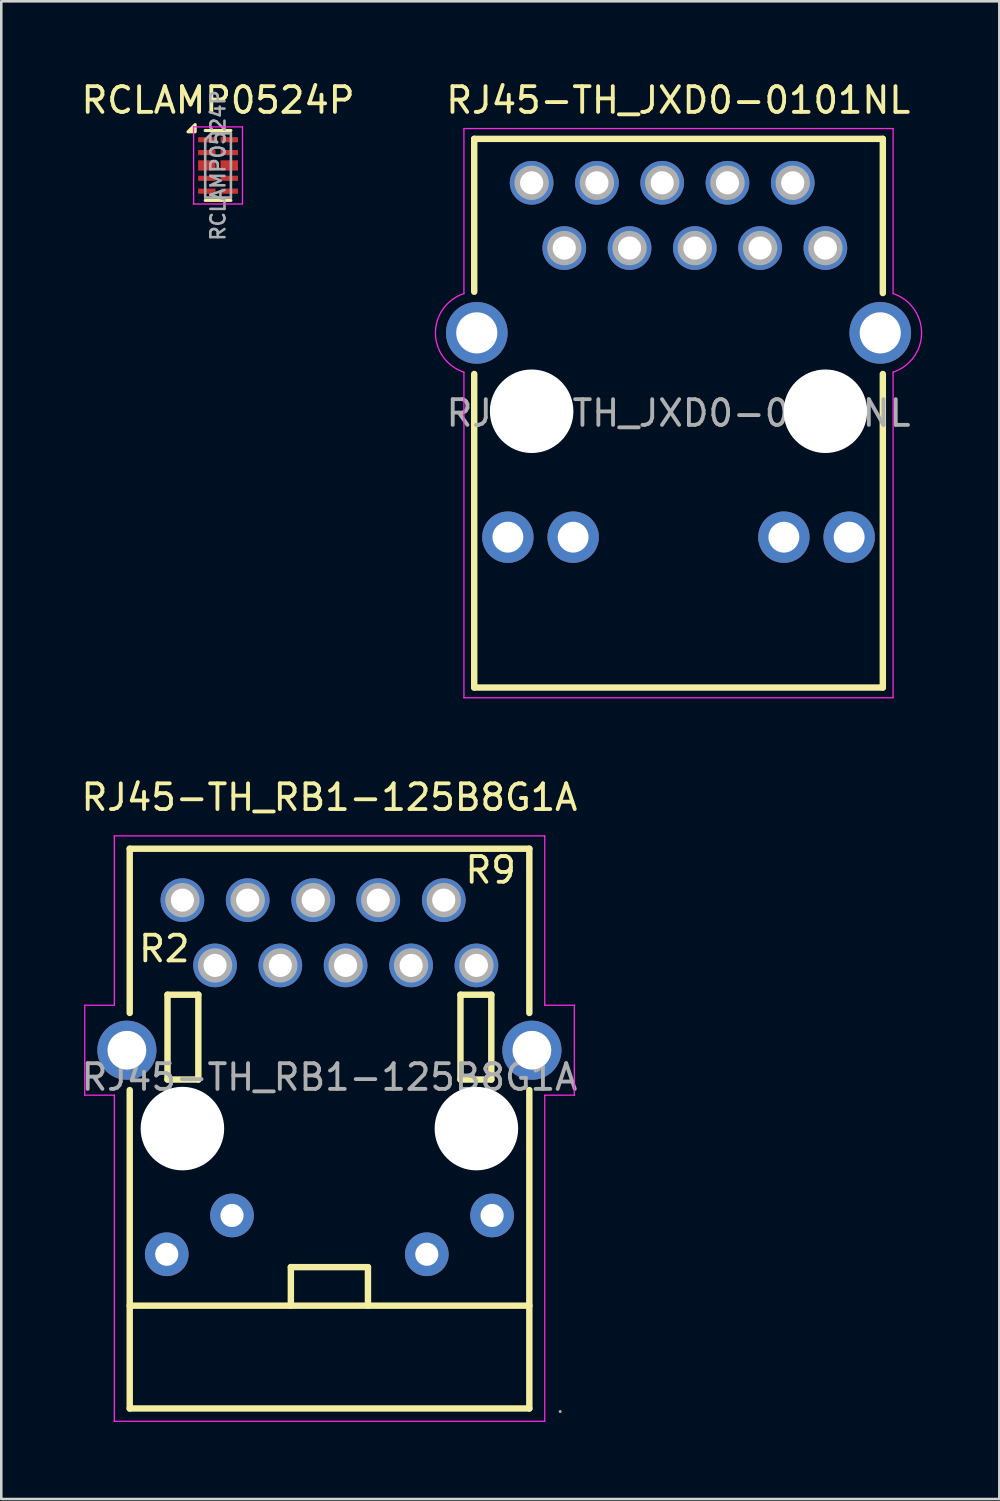
<source format=kicad_pcb>
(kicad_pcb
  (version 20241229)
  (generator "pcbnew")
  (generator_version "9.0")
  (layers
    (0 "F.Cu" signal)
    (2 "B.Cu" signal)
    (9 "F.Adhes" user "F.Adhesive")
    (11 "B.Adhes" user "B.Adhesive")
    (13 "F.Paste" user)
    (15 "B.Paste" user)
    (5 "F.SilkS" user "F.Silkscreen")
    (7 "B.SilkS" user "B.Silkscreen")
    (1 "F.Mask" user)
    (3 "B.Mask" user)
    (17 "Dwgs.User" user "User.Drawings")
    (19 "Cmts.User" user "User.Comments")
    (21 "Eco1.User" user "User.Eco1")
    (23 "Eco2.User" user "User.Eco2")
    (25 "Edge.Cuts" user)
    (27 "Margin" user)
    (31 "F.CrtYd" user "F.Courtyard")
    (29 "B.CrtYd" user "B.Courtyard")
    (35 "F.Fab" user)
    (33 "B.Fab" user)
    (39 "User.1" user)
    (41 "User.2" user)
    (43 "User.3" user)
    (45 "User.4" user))
  (footprint "RCLAMP0524P"
    (layer "F.Cu")
    (at 5.435 3.388)
    (property "Reference" "RCLAMP0524P" (at 0 -2.54 0) (layer "F.SilkS") (effects (font (size 1 1) (thickness 0.15))))
    (attr smd)
    (fp_line (start 0.5 -1.36) (end -0.5 -1.36) (stroke (width 0.12) (type solid)) (layer "F.SilkS"))
    (fp_line (start 0.5 1.36) (end -0.5 1.36) (stroke (width 0.12) (type solid)) (layer "F.SilkS"))
    (fp_poly (pts (xy -0.89 -1.31) (xy -1.17 -1.31) (xy -0.89 -1.59) (xy -0.89 -1.31)) (stroke (width 0.12) (type solid)) (fill yes) (layer "F.SilkS"))
    (fp_line (start -0.95 -1.5) (end 0.95 -1.5) (stroke (width 0.05) (type solid)) (layer "F.CrtYd"))
    (fp_line (start -0.95 1.5) (end -0.95 -1.5) (stroke (width 0.05) (type solid)) (layer "F.CrtYd"))
    (fp_line (start 0.95 -1.5) (end 0.95 1.5) (stroke (width 0.05) (type solid)) (layer "F.CrtYd"))
    (fp_line (start 0.95 1.5) (end -0.95 1.5) (stroke (width 0.05) (type solid)) (layer "F.CrtYd"))
    (fp_line (start -0.5 -1) (end -0.5 1.25) (stroke (width 0.1) (type solid)) (layer "F.Fab"))
    (fp_line (start -0.5 1.25) (end 0.5 1.25) (stroke (width 0.1) (type solid)) (layer "F.Fab"))
    (fp_line (start -0.25 -1.25) (end -0.5 -1) (stroke (width 0.1) (type solid)) (layer "F.Fab"))
    (fp_line (start 0.5 -1.25) (end -0.25 -1.25) (stroke (width 0.1) (type solid)) (layer "F.Fab"))
    (fp_line (start 0.5 -1.25) (end 0.5 1.25) (stroke (width 0.1) (type solid)) (layer "F.Fab"))
    (fp_text user "${REFERENCE}" (at 0 0 90) (layer "F.Fab") (effects (font (size 0.55 0.55) (thickness 0.1))))
    (pad "1" smd rect (at -0.438 -1 270) (size 0.2 0.675) (layers "F.Cu" "F.Mask" "F.Paste"))
    (pad "2" smd rect (at -0.438 -0.5 270) (size 0.2 0.675) (layers "F.Cu" "F.Mask" "F.Paste"))
    (pad "3" smd rect (at -0.438 0 270) (size 0.4 0.675) (layers "F.Cu" "F.Mask" "F.Paste"))
    (pad "4" smd rect (at -0.438 0.5 270) (size 0.2 0.675) (layers "F.Cu" "F.Mask" "F.Paste"))
    (pad "5" smd rect (at -0.438 1 270) (size 0.2 0.675) (layers "F.Cu" "F.Mask" "F.Paste"))
    (pad "6" smd rect (at 0.438 1 270) (size 0.2 0.675) (layers "F.Cu" "F.Mask" "F.Paste"))
    (pad "7" smd rect (at 0.438 0.5 270) (size 0.2 0.675) (layers "F.Cu" "F.Mask" "F.Paste"))
    (pad "8" smd rect (at 0.438 0 270) (size 0.4 0.675) (layers "F.Cu" "F.Mask" "F.Paste"))
    (pad "9" smd rect (at 0.438 -0.5 270) (size 0.2 0.675) (layers "F.Cu" "F.Mask" "F.Paste"))
    (pad "10" smd rect (at 0.438 -1 270) (size 0.2 0.675) (layers "F.Cu" "F.Mask" "F.Paste")))
  (footprint "RJ45-TH_RB1-125B8G1A"
    (layer "F.Cu")
    (at 9.768 38.867)
    (property "Reference" "RJ45-TH_RB1-125B8G1A" (at 0 -10.89 0) (layer "F.SilkS") (effects (font (size 1 1) (thickness 0.15))))
    (attr through_hole)
    (fp_line (start -7.77 -8.89) (end -7.77 -2.5) (stroke (width 0.25) (type solid)) (layer "F.SilkS"))
    (fp_line (start -7.77 0.5) (end -7.77 12.89) (stroke (width 0.25) (type solid)) (layer "F.SilkS"))
    (fp_line (start -7.77 8.89) (end 7.78 8.89) (stroke (width 0.25) (type solid)) (layer "F.SilkS"))
    (fp_line (start -7.77 12.89) (end 7.78 12.89) (stroke (width 0.25) (type solid)) (layer "F.SilkS"))
    (fp_line (start -6.3 -3.21) (end -5.1 -3.21) (stroke (width 0.25) (type solid)) (layer "F.SilkS"))
    (fp_line (start -6.3 0.09) (end -6.3 -3.21) (stroke (width 0.25) (type solid)) (layer "F.SilkS"))
    (fp_line (start -6.3 0.09) (end -5.1 0.09) (stroke (width 0.25) (type solid)) (layer "F.SilkS"))
    (fp_line (start -5.1 -3.21) (end -5.1 0.09) (stroke (width 0.25) (type solid)) (layer "F.SilkS"))
    (fp_line (start -1.5 7.39) (end 1.5 7.39) (stroke (width 0.25) (type solid)) (layer "F.SilkS"))
    (fp_line (start -1.5 8.89) (end -1.5 7.39) (stroke (width 0.25) (type solid)) (layer "F.SilkS"))
    (fp_line (start 1.5 7.39) (end 1.5 8.89) (stroke (width 0.25) (type solid)) (layer "F.SilkS"))
    (fp_line (start 5.1 -3.21) (end 6.3 -3.21) (stroke (width 0.25) (type solid)) (layer "F.SilkS"))
    (fp_line (start 5.1 0.09) (end 5.1 -3.21) (stroke (width 0.25) (type solid)) (layer "F.SilkS"))
    (fp_line (start 5.1 0.09) (end 6.3 0.09) (stroke (width 0.25) (type solid)) (layer "F.SilkS"))
    (fp_line (start 6.3 -3.21) (end 6.3 0.09) (stroke (width 0.25) (type solid)) (layer "F.SilkS"))
    (fp_line (start 7.78 -8.89) (end -7.77 -8.89) (stroke (width 0.25) (type solid)) (layer "F.SilkS"))
    (fp_line (start 7.78 -2.5) (end 7.78 -8.89) (stroke (width 0.25) (type solid)) (layer "F.SilkS"))
    (fp_line (start 7.78 12.89) (end 7.78 0.5) (stroke (width 0.25) (type solid)) (layer "F.SilkS"))
    (fp_line (start -9.52 -2.8) (end -9.52 0.7) (stroke (width 0.05) (type solid)) (layer "F.CrtYd"))
    (fp_line (start -9.52 0.7) (end -8.37 0.7) (stroke (width 0.05) (type solid)) (layer "F.CrtYd"))
    (fp_line (start -8.37 -9.39) (end 8.38 -9.39) (stroke (width 0.05) (type solid)) (layer "F.CrtYd"))
    (fp_line (start -8.37 -2.8) (end -9.52 -2.8) (stroke (width 0.05) (type solid)) (layer "F.CrtYd"))
    (fp_line (start -8.37 -2.8) (end -8.37 -9.39) (stroke (width 0.05) (type solid)) (layer "F.CrtYd"))
    (fp_line (start -8.37 0.7) (end -8.37 13.39) (stroke (width 0.05) (type solid)) (layer "F.CrtYd"))
    (fp_line (start 8.38 -9.39) (end 8.38 -2.8) (stroke (width 0.05) (type solid)) (layer "F.CrtYd"))
    (fp_line (start 8.38 -2.8) (end 9.53 -2.8) (stroke (width 0.05) (type solid)) (layer "F.CrtYd"))
    (fp_line (start 8.38 0.7) (end 8.38 13.39) (stroke (width 0.05) (type solid)) (layer "F.CrtYd"))
    (fp_line (start 8.38 13.39) (end -8.37 13.39) (stroke (width 0.05) (type solid)) (layer "F.CrtYd"))
    (fp_line (start 9.53 -2.8) (end 9.53 0.7) (stroke (width 0.05) (type solid)) (layer "F.CrtYd"))
    (fp_line (start 9.53 0.7) (end 8.38 0.7) (stroke (width 0.05) (type solid)) (layer "F.CrtYd"))
    (fp_circle (center -7.88 -1.05) (end -7.5 -1.05) (stroke (width 0.75) (type solid)) (fill no) (layer "F.Fab"))
    (fp_circle (center -6.33 6.89) (end -6.15 6.89) (stroke (width 0.36) (type solid)) (fill no) (layer "F.Fab"))
    (fp_circle (center -5.72 -6.89) (end -5.5 -6.89) (stroke (width 0.45) (type solid)) (fill no) (layer "F.Fab"))
    (fp_circle (center -5.72 2) (end -4.92 2) (stroke (width 1.6) (type solid)) (fill no) (layer "F.Fab"))
    (fp_circle (center -4.45 -4.35) (end -4.23 -4.35) (stroke (width 0.45) (type solid)) (fill no) (layer "F.Fab"))
    (fp_circle (center -3.79 5.38) (end -3.61 5.38) (stroke (width 0.36) (type solid)) (fill no) (layer "F.Fab"))
    (fp_circle (center -3.18 -6.89) (end -2.96 -6.89) (stroke (width 0.45) (type solid)) (fill no) (layer "F.Fab"))
    (fp_circle (center -1.91 -4.35) (end -1.69 -4.35) (stroke (width 0.45) (type solid)) (fill no) (layer "F.Fab"))
    (fp_circle (center -0.63 -6.89) (end -0.41 -6.89) (stroke (width 0.45) (type solid)) (fill no) (layer "F.Fab"))
    (fp_circle (center 0.63 -4.35) (end 0.85 -4.35) (stroke (width 0.45) (type solid)) (fill no) (layer "F.Fab"))
    (fp_circle (center 1.9 -6.89) (end 2.12 -6.89) (stroke (width 0.45) (type solid)) (fill no) (layer "F.Fab"))
    (fp_circle (center 3.18 -4.35) (end 3.4 -4.35) (stroke (width 0.45) (type solid)) (fill no) (layer "F.Fab"))
    (fp_circle (center 3.79 6.89) (end 3.97 6.89) (stroke (width 0.36) (type solid)) (fill no) (layer "F.Fab"))
    (fp_circle (center 4.45 -6.89) (end 4.67 -6.89) (stroke (width 0.45) (type solid)) (fill no) (layer "F.Fab"))
    (fp_circle (center 5.72 -4.35) (end 5.94 -4.35) (stroke (width 0.45) (type solid)) (fill no) (layer "F.Fab"))
    (fp_circle (center 5.72 2) (end 6.52 2) (stroke (width 1.6) (type solid)) (fill no) (layer "F.Fab"))
    (fp_circle (center 6.33 5.38) (end 6.51 5.38) (stroke (width 0.36) (type solid)) (fill no) (layer "F.Fab"))
    (fp_circle (center 7.88 -1.05) (end 8.26 -1.05) (stroke (width 0.75) (type solid)) (fill no) (layer "F.Fab"))
    (fp_circle (center 8.98 13.01) (end 9.01 13.01) (stroke (width 0.06) (type solid)) (fill no) (layer "F.Fab"))
    (fp_text user "R2" (at -7.5 -5 0) (layer "F.SilkS") (effects (font (size 1 1) (thickness 0.15)) (justify left)))
    (fp_text user "R9" (at 5.2 -8.06 0) (layer "F.SilkS") (effects (font (size 1 1) (thickness 0.15)) (justify left)))
    (fp_text user "${REFERENCE}" (at 0 0 0) (layer "F.Fab") (effects (font (size 1 1) (thickness 0.15))))
    (pad "" np_thru_hole circle (at -5.72 2) (size 3.25 3.25) (drill 3.25) (layers "*.Cu" "*.Mask"))
    (pad "" np_thru_hole circle (at 5.72 2) (size 3.25 3.25) (drill 3.25) (layers "*.Cu" "*.Mask"))
    (pad "15" thru_hole circle (at 7.88 -1.05) (size 2.3 2.3) (drill 1.5) (layers "*.Cu" "*.Mask"))
    (pad "16" thru_hole circle (at -7.88 -1.05) (size 2.3 2.3) (drill 1.5) (layers "*.Cu" "*.Mask"))
    (pad "L1" thru_hole circle (at 6.33 5.38) (size 1.7 1.7) (drill 0.9) (layers "*.Cu" "*.Mask"))
    (pad "L2" thru_hole circle (at 3.79 6.89) (size 1.7 1.7) (drill 0.9) (layers "*.Cu" "*.Mask"))
    (pad "L3" thru_hole circle (at -3.79 5.38) (size 1.7 1.7) (drill 0.9) (layers "*.Cu" "*.Mask"))
    (pad "L4" thru_hole circle (at -6.33 6.89) (size 1.7 1.7) (drill 0.9) (layers "*.Cu" "*.Mask"))
    (pad "R1" thru_hole circle (at -5.72 -6.89) (size 1.7 1.7) (drill 0.9) (layers "*.Cu" "*.Mask"))
    (pad "R2" thru_hole circle (at -4.45 -4.35) (size 1.7 1.7) (drill 0.9) (layers "*.Cu" "*.Mask"))
    (pad "R3" thru_hole circle (at -3.18 -6.89) (size 1.7 1.7) (drill 0.9) (layers "*.Cu" "*.Mask"))
    (pad "R4" thru_hole circle (at -1.91 -4.35) (size 1.7 1.7) (drill 0.9) (layers "*.Cu" "*.Mask"))
    (pad "R5" thru_hole circle (at -0.63 -6.89) (size 1.7 1.7) (drill 0.9) (layers "*.Cu" "*.Mask"))
    (pad "R6" thru_hole circle (at 0.63 -4.35) (size 1.7 1.7) (drill 0.9) (layers "*.Cu" "*.Mask"))
    (pad "R7" thru_hole circle (at 1.9 -6.89) (size 1.7 1.7) (drill 0.9) (layers "*.Cu" "*.Mask"))
    (pad "R8" thru_hole circle (at 3.18 -4.35) (size 1.7 1.7) (drill 0.9) (layers "*.Cu" "*.Mask"))
    (pad "R9" thru_hole circle (at 4.45 -6.89) (size 1.7 1.7) (drill 0.9) (layers "*.Cu" "*.Mask"))
    (pad "R10" thru_hole circle (at 5.72 -4.35) (size 1.7 1.7) (drill 0.9) (layers "*.Cu" "*.Mask")))
  (footprint "RJ45-TH_JXD0-0101NL"
    (layer "F.Cu")
    (at 23.353 12.953)
    (property "Reference" "RJ45-TH_JXD0-0101NL" (at -0.01 -12.105 0) (layer "F.SilkS") (effects (font (size 1 1) (thickness 0.15))))
    (attr through_hole)
    (fp_line (start -7.95 -10.6) (end -7.95 -4.65) (stroke (width 0.25) (type solid)) (layer "F.SilkS"))
    (fp_line (start -7.95 10.75) (end -7.95 -1.45) (stroke (width 0.25) (type solid)) (layer "F.SilkS"))
    (fp_line (start -7.95 10.75) (end 7.95 10.75) (stroke (width 0.25) (type solid)) (layer "F.SilkS"))
    (fp_line (start 7.95 -10.6) (end -7.95 -10.6) (stroke (width 0.25) (type solid)) (layer "F.SilkS"))
    (fp_line (start 7.95 -10.6) (end 7.95 -4.6) (stroke (width 0.25) (type solid)) (layer "F.SilkS"))
    (fp_line (start 7.95 10.75) (end 7.95 -1.45) (stroke (width 0.25) (type solid)) (layer "F.SilkS"))
    (fp_line (start -7.95 -2) (end -6.78 -2) (stroke (width 0.25) (type solid)) (layer "Margin"))
    (fp_line (start -7.95 0) (end -6.78 0) (stroke (width 0.25) (type solid)) (layer "Margin"))
    (fp_line (start -7 8.05) (end 7 8.05) (stroke (width 0.25) (type solid)) (layer "Margin"))
    (fp_line (start -7 10.75) (end -7 8.05) (stroke (width 0.25) (type solid)) (layer "Margin"))
    (fp_line (start -6.78 0) (end -6.78 -2) (stroke (width 0.25) (type solid)) (layer "Margin"))
    (fp_line (start 6.78 0) (end 6.78 -2) (stroke (width 0.25) (type solid)) (layer "Margin"))
    (fp_line (start 7 10.75) (end 7 8.05) (stroke (width 0.25) (type solid)) (layer "Margin"))
    (fp_line (start 7.95 -2) (end 6.78 -2) (stroke (width 0.25) (type solid)) (layer "Margin"))
    (fp_line (start 7.95 0) (end 6.78 0) (stroke (width 0.25) (type solid)) (layer "Margin"))
    (fp_line (start -8.35 -11) (end 8.35 -11) (stroke (width 0.05) (type solid)) (layer "F.CrtYd"))
    (fp_line (start -8.35 -4.578) (end -8.35 -11) (stroke (width 0.05) (type solid)) (layer "F.CrtYd"))
    (fp_line (start -8.35 11.15) (end -8.35 -1.521) (stroke (width 0.05) (type solid)) (layer "F.CrtYd"))
    (fp_line (start -8.35 11.15) (end 8.35 11.15) (stroke (width 0.05) (type solid)) (layer "F.CrtYd"))
    (fp_line (start 8.35 -11) (end 8.35 -4.578) (stroke (width 0.05) (type solid)) (layer "F.CrtYd"))
    (fp_line (start 8.35 11.15) (end 8.35 -1.52) (stroke (width 0.05) (type solid)) (layer "F.CrtYd"))
    (fp_arc (start -8.35 -1.520874) (mid -9.458797 -3.049873) (end -8.350242 -4.579047) (stroke (width 0.05) (type solid)) (layer "F.CrtYd"))
    (fp_arc (start 8.349999 -4.578304) (mid 9.458015 -3.05) (end 8.35 -1.521696) (stroke (width 0.05) (type solid)) (layer "F.CrtYd"))
    (fp_circle (center -7.85 -3.05) (end -7.47 -3.05) (stroke (width 0.75) (type solid)) (fill no) (layer "F.Fab"))
    (fp_circle (center -6.64 4.9) (end -6.46 4.9) (stroke (width 0.36) (type solid)) (fill no) (layer "F.Fab"))
    (fp_circle (center -5.715 -8.89) (end -5.495 -8.89) (stroke (width 0.45) (type solid)) (fill no) (layer "F.Fab"))
    (fp_circle (center -5.715 0) (end -4.915 0) (stroke (width 1.6) (type solid)) (fill no) (layer "F.Fab"))
    (fp_circle (center -4.445 -6.35) (end -4.225 -6.35) (stroke (width 0.45) (type solid)) (fill no) (layer "F.Fab"))
    (fp_circle (center -4.1 4.9) (end -3.92 4.9) (stroke (width 0.36) (type solid)) (fill no) (layer "F.Fab"))
    (fp_circle (center -3.175 -8.89) (end -2.955 -8.89) (stroke (width 0.45) (type solid)) (fill no) (layer "F.Fab"))
    (fp_circle (center -1.905 -6.35) (end -1.685 -6.35) (stroke (width 0.45) (type solid)) (fill no) (layer "F.Fab"))
    (fp_circle (center -0.635 -8.89) (end -0.415 -8.89) (stroke (width 0.45) (type solid)) (fill no) (layer "F.Fab"))
    (fp_circle (center 0.635 -6.35) (end 0.855 -6.35) (stroke (width 0.45) (type solid)) (fill no) (layer "F.Fab"))
    (fp_circle (center 1.905 -8.89) (end 2.125 -8.89) (stroke (width 0.45) (type solid)) (fill no) (layer "F.Fab"))
    (fp_circle (center 3.175 -6.35) (end 3.395 -6.35) (stroke (width 0.45) (type solid)) (fill no) (layer "F.Fab"))
    (fp_circle (center 4.1 4.9) (end 4.28 4.9) (stroke (width 0.36) (type solid)) (fill no) (layer "F.Fab"))
    (fp_circle (center 4.445 -8.89) (end 4.665 -8.89) (stroke (width 0.45) (type solid)) (fill no) (layer "F.Fab"))
    (fp_circle (center 5.715 -6.35) (end 5.935 -6.35) (stroke (width 0.45) (type solid)) (fill no) (layer "F.Fab"))
    (fp_circle (center 5.715 0) (end 6.515 0) (stroke (width 1.6) (type solid)) (fill no) (layer "F.Fab"))
    (fp_circle (center 6.64 4.9) (end 6.82 4.9) (stroke (width 0.36) (type solid)) (fill no) (layer "F.Fab"))
    (fp_circle (center 7.85 -3.05) (end 8.23 -3.05) (stroke (width 0.75) (type solid)) (fill no) (layer "F.Fab"))
    (fp_text user "${REFERENCE}" (at 0 0.075 0) (layer "F.Fab") (effects (font (size 1 1) (thickness 0.15))))
    (pad "" np_thru_hole circle (at -5.715 0) (size 3.25 3.25) (drill 3.25) (layers "*.Cu" "*.Mask"))
    (pad "" np_thru_hole circle (at 5.715 0) (size 3.25 3.25) (drill 3.25) (layers "*.Cu" "*.Mask"))
    (pad "1" thru_hole circle (at -5.715 -8.89) (size 1.7 1.7) (drill 0.9) (layers "*.Cu" "*.Mask"))
    (pad "2" thru_hole circle (at -4.445 -6.35) (size 1.7 1.7) (drill 0.9) (layers "*.Cu" "*.Mask"))
    (pad "3" thru_hole circle (at -3.175 -8.89) (size 1.7 1.7) (drill 0.9) (layers "*.Cu" "*.Mask"))
    (pad "4" thru_hole circle (at -1.905 -6.35) (size 1.7 1.7) (drill 0.9) (layers "*.Cu" "*.Mask"))
    (pad "5" thru_hole circle (at -0.635 -8.89) (size 1.7 1.7) (drill 0.9) (layers "*.Cu" "*.Mask"))
    (pad "6" thru_hole circle (at 0.635 -6.35) (size 1.7 1.7) (drill 0.9) (layers "*.Cu" "*.Mask"))
    (pad "7" thru_hole circle (at 1.905 -8.89) (size 1.7 1.7) (drill 0.9) (layers "*.Cu" "*.Mask"))
    (pad "8" thru_hole circle (at 3.175 -6.35) (size 1.7 1.7) (drill 0.9) (layers "*.Cu" "*.Mask"))
    (pad "9" thru_hole circle (at 4.445 -8.89) (size 1.7 1.7) (drill 0.9) (layers "*.Cu" "*.Mask"))
    (pad "10" thru_hole circle (at 5.715 -6.35) (size 1.7 1.7) (drill 0.9) (layers "*.Cu" "*.Mask"))
    (pad "11" thru_hole circle (at -6.64 4.9) (size 2 2) (drill 1.2) (layers "*.Cu" "*.Mask"))
    (pad "12" thru_hole circle (at -4.1 4.9) (size 2 2) (drill 1.2) (layers "*.Cu" "*.Mask"))
    (pad "13" thru_hole circle (at 4.1 4.9) (size 2 2) (drill 1.2) (layers "*.Cu" "*.Mask"))
    (pad "14" thru_hole circle (at 6.64 4.9) (size 2 2) (drill 1.2) (layers "*.Cu" "*.Mask"))
    (pad "15" thru_hole circle (at -7.85 -3.05) (size 2.4 2.4) (drill 1.6) (layers "*.Cu" "*.Mask"))
    (pad "16" thru_hole circle (at 7.85 -3.05) (size 2.4 2.4) (drill 1.6) (layers "*.Cu" "*.Mask")))
  (gr_rect
    (start -3 -3)
    (end 35.836 55.282)
    (stroke (width 0.1) (type default))
    (fill no)
    (layer "Edge.Cuts")))
</source>
